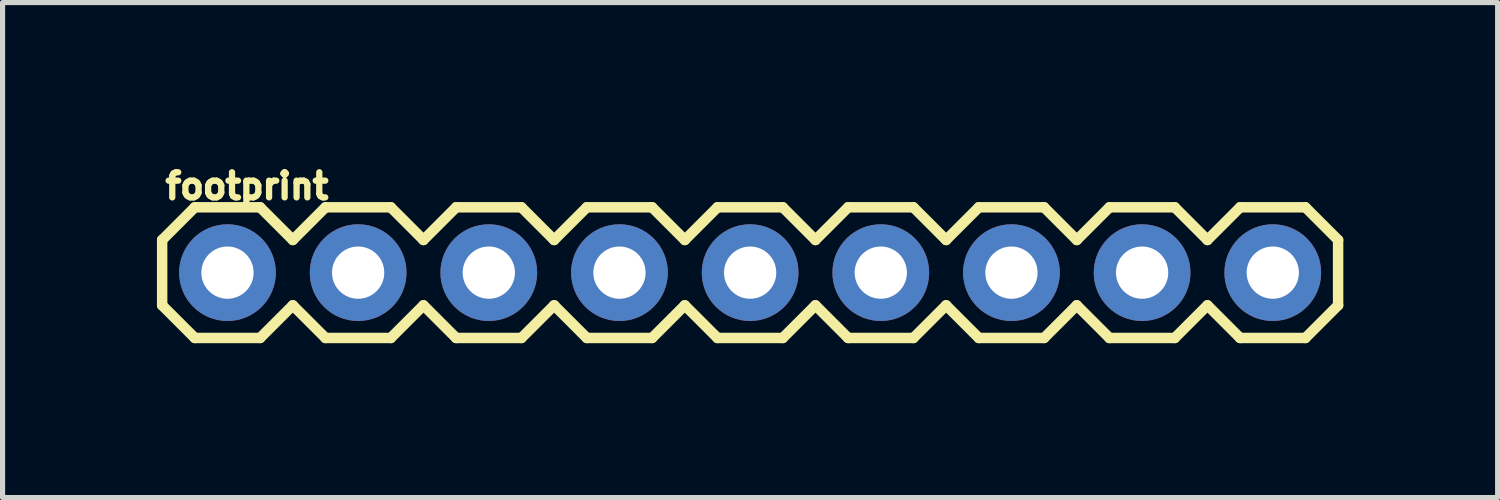
<source format=kicad_pcb>
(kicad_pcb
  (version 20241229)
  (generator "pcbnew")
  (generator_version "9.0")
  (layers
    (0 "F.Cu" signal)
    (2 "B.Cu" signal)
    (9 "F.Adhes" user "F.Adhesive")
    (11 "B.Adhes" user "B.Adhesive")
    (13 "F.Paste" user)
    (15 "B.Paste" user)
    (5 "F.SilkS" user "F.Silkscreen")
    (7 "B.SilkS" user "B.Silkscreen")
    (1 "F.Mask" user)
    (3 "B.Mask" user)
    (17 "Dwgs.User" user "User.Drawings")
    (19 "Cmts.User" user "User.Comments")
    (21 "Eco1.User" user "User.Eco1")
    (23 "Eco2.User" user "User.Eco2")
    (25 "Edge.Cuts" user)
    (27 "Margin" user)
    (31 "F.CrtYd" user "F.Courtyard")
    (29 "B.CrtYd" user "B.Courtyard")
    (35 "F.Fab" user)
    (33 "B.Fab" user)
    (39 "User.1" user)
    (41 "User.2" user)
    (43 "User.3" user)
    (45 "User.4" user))
  (footprint "footprint"
    (layer "F.Cu")
    (at 1.372 2.25)
    (property "Reference" "footprint" (at -1.27 -1.397 0) (layer "F.SilkS") (effects (font (size 0.488 0.488) (thickness 0.122)) (justify left bottom)))
    (fp_line (start -1.27 -0.635) (end -1.27 0.635) (stroke (width 0.203) (type solid)) (layer "F.SilkS"))
    (fp_line (start -1.27 0.635) (end -0.635 1.27) (stroke (width 0.203) (type solid)) (layer "F.SilkS"))
    (fp_line (start -0.635 -1.27) (end -1.27 -0.635) (stroke (width 0.203) (type solid)) (layer "F.SilkS"))
    (fp_line (start -0.635 -1.27) (end 0.635 -1.27) (stroke (width 0.203) (type solid)) (layer "F.SilkS"))
    (fp_line (start 0.635 -1.27) (end 1.27 -0.635) (stroke (width 0.203) (type solid)) (layer "F.SilkS"))
    (fp_line (start 0.635 1.27) (end -0.635 1.27) (stroke (width 0.203) (type solid)) (layer "F.SilkS"))
    (fp_line (start 1.27 -0.635) (end 1.905 -1.27) (stroke (width 0.203) (type solid)) (layer "F.SilkS"))
    (fp_line (start 1.27 0.635) (end 0.635 1.27) (stroke (width 0.203) (type solid)) (layer "F.SilkS"))
    (fp_line (start 1.905 -1.27) (end 3.175 -1.27) (stroke (width 0.203) (type solid)) (layer "F.SilkS"))
    (fp_line (start 1.905 1.27) (end 1.27 0.635) (stroke (width 0.203) (type solid)) (layer "F.SilkS"))
    (fp_line (start 3.175 -1.27) (end 3.81 -0.635) (stroke (width 0.203) (type solid)) (layer "F.SilkS"))
    (fp_line (start 3.175 1.27) (end 1.905 1.27) (stroke (width 0.203) (type solid)) (layer "F.SilkS"))
    (fp_line (start 3.81 -0.635) (end 4.445 -1.27) (stroke (width 0.203) (type solid)) (layer "F.SilkS"))
    (fp_line (start 3.81 0.635) (end 3.175 1.27) (stroke (width 0.203) (type solid)) (layer "F.SilkS"))
    (fp_line (start 4.445 -1.27) (end 5.715 -1.27) (stroke (width 0.203) (type solid)) (layer "F.SilkS"))
    (fp_line (start 4.445 1.27) (end 3.81 0.635) (stroke (width 0.203) (type solid)) (layer "F.SilkS"))
    (fp_line (start 5.715 -1.27) (end 6.35 -0.635) (stroke (width 0.203) (type solid)) (layer "F.SilkS"))
    (fp_line (start 5.715 1.27) (end 4.445 1.27) (stroke (width 0.203) (type solid)) (layer "F.SilkS"))
    (fp_line (start 6.35 0.635) (end 5.715 1.27) (stroke (width 0.203) (type solid)) (layer "F.SilkS"))
    (fp_line (start 6.35 0.635) (end 6.985 1.27) (stroke (width 0.203) (type solid)) (layer "F.SilkS"))
    (fp_line (start 6.985 -1.27) (end 6.35 -0.635) (stroke (width 0.203) (type solid)) (layer "F.SilkS"))
    (fp_line (start 6.985 -1.27) (end 8.255 -1.27) (stroke (width 0.203) (type solid)) (layer "F.SilkS"))
    (fp_line (start 8.255 -1.27) (end 8.89 -0.635) (stroke (width 0.203) (type solid)) (layer "F.SilkS"))
    (fp_line (start 8.255 1.27) (end 6.985 1.27) (stroke (width 0.203) (type solid)) (layer "F.SilkS"))
    (fp_line (start 8.89 -0.635) (end 9.525 -1.27) (stroke (width 0.203) (type solid)) (layer "F.SilkS"))
    (fp_line (start 8.89 0.635) (end 8.255 1.27) (stroke (width 0.203) (type solid)) (layer "F.SilkS"))
    (fp_line (start 9.525 -1.27) (end 10.795 -1.27) (stroke (width 0.203) (type solid)) (layer "F.SilkS"))
    (fp_line (start 9.525 1.27) (end 8.89 0.635) (stroke (width 0.203) (type solid)) (layer "F.SilkS"))
    (fp_line (start 10.795 -1.27) (end 11.43 -0.635) (stroke (width 0.203) (type solid)) (layer "F.SilkS"))
    (fp_line (start 10.795 1.27) (end 9.525 1.27) (stroke (width 0.203) (type solid)) (layer "F.SilkS"))
    (fp_line (start 11.43 -0.635) (end 12.065 -1.27) (stroke (width 0.203) (type solid)) (layer "F.SilkS"))
    (fp_line (start 11.43 0.635) (end 10.795 1.27) (stroke (width 0.203) (type solid)) (layer "F.SilkS"))
    (fp_line (start 12.065 -1.27) (end 13.335 -1.27) (stroke (width 0.203) (type solid)) (layer "F.SilkS"))
    (fp_line (start 12.065 1.27) (end 11.43 0.635) (stroke (width 0.203) (type solid)) (layer "F.SilkS"))
    (fp_line (start 13.335 -1.27) (end 13.97 -0.635) (stroke (width 0.203) (type solid)) (layer "F.SilkS"))
    (fp_line (start 13.335 1.27) (end 12.065 1.27) (stroke (width 0.203) (type solid)) (layer "F.SilkS"))
    (fp_line (start 13.97 0.635) (end 13.335 1.27) (stroke (width 0.203) (type solid)) (layer "F.SilkS"))
    (fp_line (start 13.97 0.635) (end 14.605 1.27) (stroke (width 0.203) (type solid)) (layer "F.SilkS"))
    (fp_line (start 14.605 -1.27) (end 13.97 -0.635) (stroke (width 0.203) (type solid)) (layer "F.SilkS"))
    (fp_line (start 14.605 -1.27) (end 15.875 -1.27) (stroke (width 0.203) (type solid)) (layer "F.SilkS"))
    (fp_line (start 15.875 -1.27) (end 16.51 -0.635) (stroke (width 0.203) (type solid)) (layer "F.SilkS"))
    (fp_line (start 15.875 1.27) (end 14.605 1.27) (stroke (width 0.203) (type solid)) (layer "F.SilkS"))
    (fp_line (start 16.51 0.635) (end 15.875 1.27) (stroke (width 0.203) (type solid)) (layer "F.SilkS"))
    (fp_line (start 16.51 0.635) (end 17.145 1.27) (stroke (width 0.203) (type solid)) (layer "F.SilkS"))
    (fp_line (start 17.145 -1.27) (end 16.51 -0.635) (stroke (width 0.203) (type solid)) (layer "F.SilkS"))
    (fp_line (start 17.145 -1.27) (end 18.415 -1.27) (stroke (width 0.203) (type solid)) (layer "F.SilkS"))
    (fp_line (start 18.415 -1.27) (end 19.05 -0.635) (stroke (width 0.203) (type solid)) (layer "F.SilkS"))
    (fp_line (start 18.415 1.27) (end 17.145 1.27) (stroke (width 0.203) (type solid)) (layer "F.SilkS"))
    (fp_line (start 19.05 0.635) (end 18.415 1.27) (stroke (width 0.203) (type solid)) (layer "F.SilkS"))
    (fp_line (start 19.05 0.635) (end 19.685 1.27) (stroke (width 0.203) (type solid)) (layer "F.SilkS"))
    (fp_line (start 19.685 -1.27) (end 19.05 -0.635) (stroke (width 0.203) (type solid)) (layer "F.SilkS"))
    (fp_line (start 19.685 -1.27) (end 20.955 -1.27) (stroke (width 0.203) (type solid)) (layer "F.SilkS"))
    (fp_line (start 20.955 -1.27) (end 21.59 -0.635) (stroke (width 0.203) (type solid)) (layer "F.SilkS"))
    (fp_line (start 20.955 1.27) (end 19.685 1.27) (stroke (width 0.203) (type solid)) (layer "F.SilkS"))
    (fp_line (start 21.59 -0.635) (end 21.59 0.635) (stroke (width 0.203) (type solid)) (layer "F.SilkS"))
    (fp_line (start 21.59 0.635) (end 20.955 1.27) (stroke (width 0.203) (type solid)) (layer "F.SilkS"))
    (fp_poly (pts (xy -0.254 0.254) (xy 0.254 0.254) (xy 0.254 -0.254) (xy -0.254 -0.254)) (stroke (width 0.1) (type solid)) (fill no) (layer "F.Fab"))
    (fp_poly (pts (xy 2.286 0.254) (xy 2.794 0.254) (xy 2.794 -0.254) (xy 2.286 -0.254)) (stroke (width 0.1) (type solid)) (fill no) (layer "F.Fab"))
    (fp_poly (pts (xy 4.826 0.254) (xy 5.334 0.254) (xy 5.334 -0.254) (xy 4.826 -0.254)) (stroke (width 0.1) (type solid)) (fill no) (layer "F.Fab"))
    (fp_poly (pts (xy 7.366 0.254) (xy 7.874 0.254) (xy 7.874 -0.254) (xy 7.366 -0.254)) (stroke (width 0.1) (type solid)) (fill no) (layer "F.Fab"))
    (fp_poly (pts (xy 9.906 0.254) (xy 10.414 0.254) (xy 10.414 -0.254) (xy 9.906 -0.254)) (stroke (width 0.1) (type solid)) (fill no) (layer "F.Fab"))
    (fp_poly (pts (xy 12.446 0.254) (xy 12.954 0.254) (xy 12.954 -0.254) (xy 12.446 -0.254)) (stroke (width 0.1) (type solid)) (fill no) (layer "F.Fab"))
    (fp_poly (pts (xy 14.986 0.254) (xy 15.494 0.254) (xy 15.494 -0.254) (xy 14.986 -0.254)) (stroke (width 0.1) (type solid)) (fill no) (layer "F.Fab"))
    (fp_poly (pts (xy 17.526 0.254) (xy 18.034 0.254) (xy 18.034 -0.254) (xy 17.526 -0.254)) (stroke (width 0.1) (type solid)) (fill no) (layer "F.Fab"))
    (fp_poly (pts (xy 20.066 0.254) (xy 20.574 0.254) (xy 20.574 -0.254) (xy 20.066 -0.254)) (stroke (width 0.1) (type solid)) (fill no) (layer "F.Fab"))
    (pad "1" thru_hole circle (at 0 0 90) (size 1.88 1.88) (drill 1.016) (layers "*.Cu" "*.Mask"))
    (pad "2" thru_hole circle (at 2.54 0 90) (size 1.88 1.88) (drill 1.016) (layers "*.Cu" "*.Mask"))
    (pad "3" thru_hole circle (at 5.08 0 90) (size 1.88 1.88) (drill 1.016) (layers "*.Cu" "*.Mask"))
    (pad "4" thru_hole circle (at 7.62 0 90) (size 1.88 1.88) (drill 1.016) (layers "*.Cu" "*.Mask"))
    (pad "5" thru_hole circle (at 10.16 0 90) (size 1.88 1.88) (drill 1.016) (layers "*.Cu" "*.Mask"))
    (pad "6" thru_hole circle (at 12.7 0 90) (size 1.88 1.88) (drill 1.016) (layers "*.Cu" "*.Mask"))
    (pad "7" thru_hole circle (at 15.24 0 90) (size 1.88 1.88) (drill 1.016) (layers "*.Cu" "*.Mask"))
    (pad "8" thru_hole circle (at 17.78 0 90) (size 1.88 1.88) (drill 1.016) (layers "*.Cu" "*.Mask"))
    (pad "9" thru_hole circle (at 20.32 0 90) (size 1.88 1.88) (drill 1.016) (layers "*.Cu" "*.Mask")))
  (gr_rect
    (start -3 -3)
    (end 26.063 6.622)
    (stroke (width 0.1) (type default))
    (fill no)
    (layer "Edge.Cuts")))
</source>
